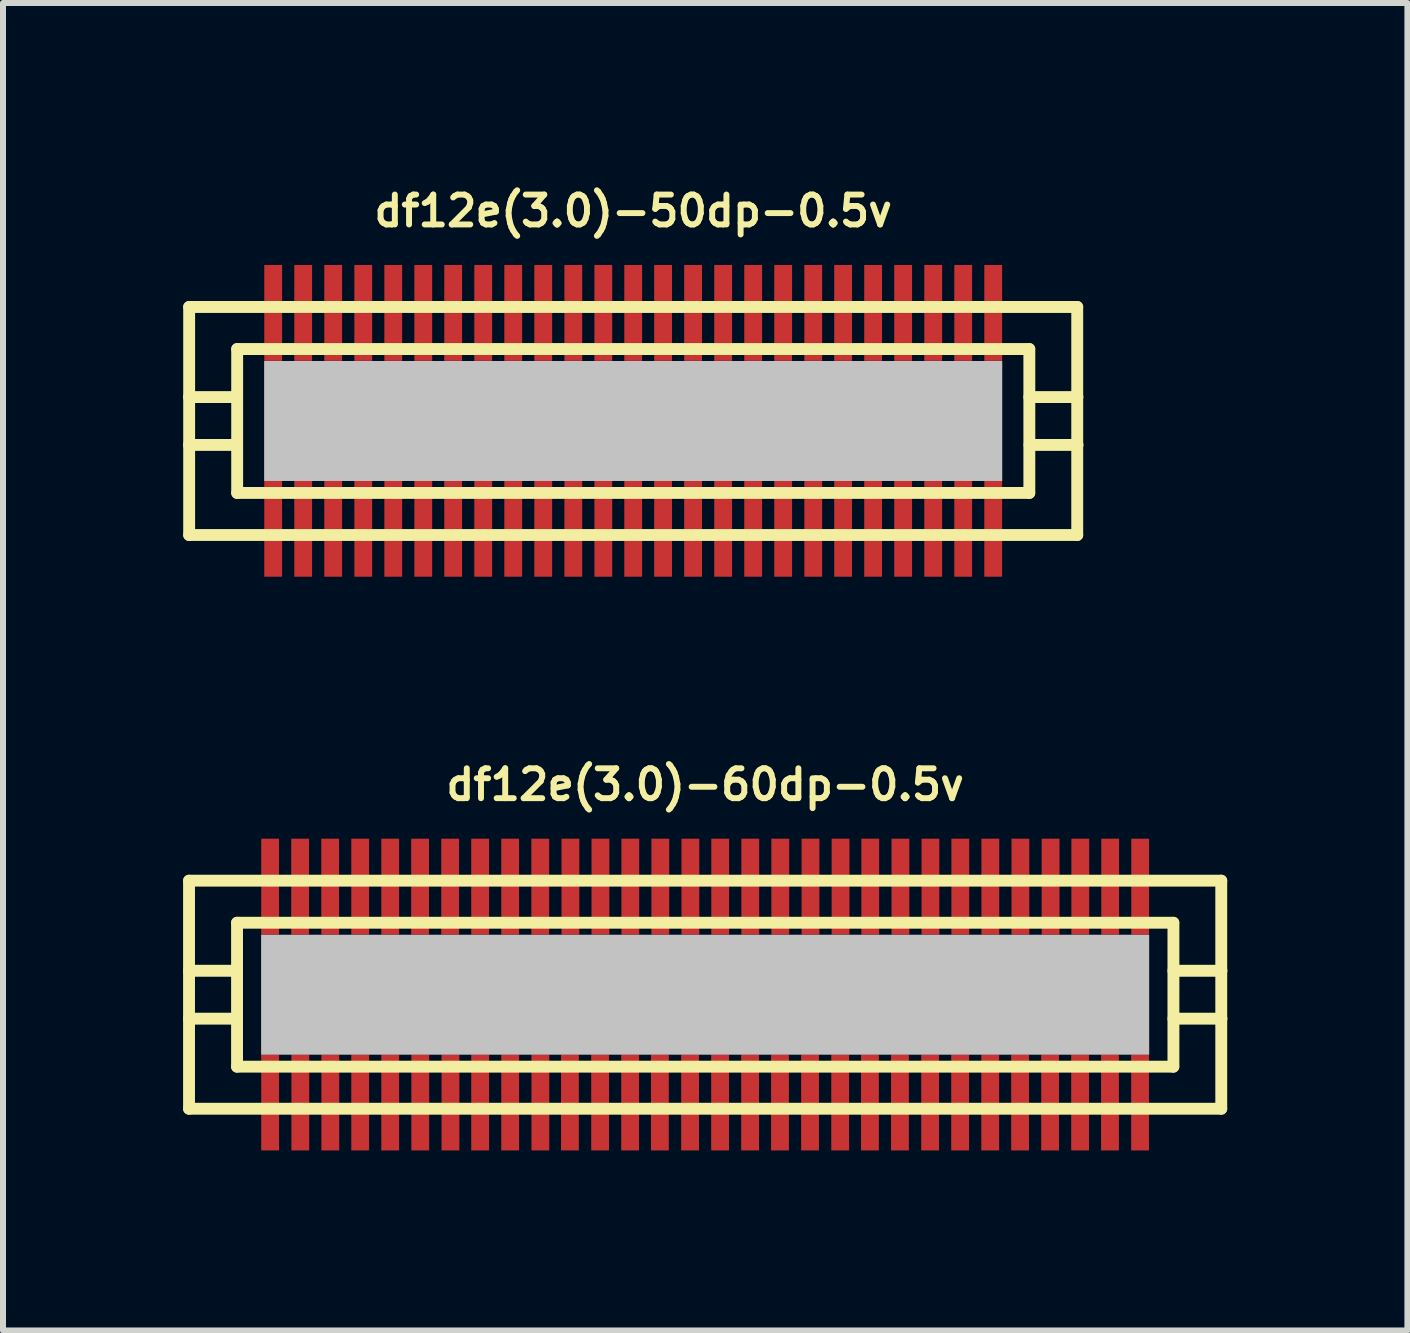
<source format=kicad_pcb>
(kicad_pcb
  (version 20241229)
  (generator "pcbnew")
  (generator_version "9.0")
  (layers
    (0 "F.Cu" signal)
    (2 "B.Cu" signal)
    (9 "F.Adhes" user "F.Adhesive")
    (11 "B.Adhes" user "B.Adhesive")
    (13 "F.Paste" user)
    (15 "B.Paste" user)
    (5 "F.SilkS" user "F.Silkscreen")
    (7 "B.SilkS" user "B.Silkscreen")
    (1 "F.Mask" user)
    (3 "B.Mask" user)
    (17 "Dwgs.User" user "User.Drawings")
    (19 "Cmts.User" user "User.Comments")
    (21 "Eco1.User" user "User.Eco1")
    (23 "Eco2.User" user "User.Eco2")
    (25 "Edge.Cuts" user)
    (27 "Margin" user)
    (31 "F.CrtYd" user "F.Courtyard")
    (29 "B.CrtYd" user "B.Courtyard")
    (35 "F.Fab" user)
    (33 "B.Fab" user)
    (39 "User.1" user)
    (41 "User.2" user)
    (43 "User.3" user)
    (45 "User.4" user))
  (footprint "df12e(3.0)-50dp-0.5v"
    (layer "F.Cu")
    (at 7.501 3.965)
    (property "Reference" "df12e(3.0)-50dp-0.5v" (at 0 -3.5 0) (layer "F.SilkS") (effects (font (size 0.498 0.498) (thickness 0.099))))
    (attr smd)
    (fp_line (start -7.399 -1.9) (end -7.399 1.9) (stroke (width 0.198) (type solid)) (layer "F.SilkS"))
    (fp_line (start -7.399 1.9) (end 7.399 1.9) (stroke (width 0.198) (type solid)) (layer "F.SilkS"))
    (fp_line (start -6.601 -0.399) (end -7.402 -0.399) (stroke (width 0.198) (type solid)) (layer "F.SilkS"))
    (fp_line (start -6.601 0.399) (end -7.402 0.399) (stroke (width 0.198) (type solid)) (layer "F.SilkS"))
    (fp_line (start -6.599 -1.199) (end 6.599 -1.199) (stroke (width 0.198) (type solid)) (layer "F.SilkS"))
    (fp_line (start -6.599 1.199) (end -6.599 -1.199) (stroke (width 0.198) (type solid)) (layer "F.SilkS"))
    (fp_line (start 6.599 1.199) (end -6.599 1.199) (stroke (width 0.198) (type solid)) (layer "F.SilkS"))
    (fp_line (start 6.601 -1.199) (end 6.601 1.199) (stroke (width 0.198) (type solid)) (layer "F.SilkS"))
    (fp_line (start 6.601 -0.399) (end 7.402 -0.399) (stroke (width 0.198) (type solid)) (layer "F.SilkS"))
    (fp_line (start 7.399 -1.9) (end -7.399 -1.9) (stroke (width 0.198) (type solid)) (layer "F.SilkS"))
    (fp_line (start 7.399 1.9) (end 7.399 -1.9) (stroke (width 0.198) (type solid)) (layer "F.SilkS"))
    (fp_line (start 7.404 0.399) (end 6.604 0.399) (stroke (width 0.198) (type solid)) (layer "F.SilkS"))
    (pad "" smd rect (at 0 0) (size 12.299 1.999) (layers "Dwgs.User"))
    (pad "1" smd rect (at 5.999 1.796) (size 0.297 1.598) (layers "F.Cu" "F.Mask" "F.Paste"))
    (pad "2" smd rect (at 5.499 1.796) (size 0.297 1.598) (layers "F.Cu" "F.Mask" "F.Paste"))
    (pad "3" smd rect (at 4.999 1.796) (size 0.297 1.598) (layers "F.Cu" "F.Mask" "F.Paste"))
    (pad "4" smd rect (at 4.498 1.796) (size 0.297 1.598) (layers "F.Cu" "F.Mask" "F.Paste"))
    (pad "5" smd rect (at 3.998 1.796) (size 0.297 1.598) (layers "F.Cu" "F.Mask" "F.Paste"))
    (pad "6" smd rect (at 3.498 1.796) (size 0.297 1.598) (layers "F.Cu" "F.Mask" "F.Paste"))
    (pad "7" smd rect (at 3 1.796) (size 0.297 1.598) (layers "F.Cu" "F.Mask" "F.Paste"))
    (pad "8" smd rect (at 2.499 1.796) (size 0.297 1.598) (layers "F.Cu" "F.Mask" "F.Paste"))
    (pad "9" smd rect (at 1.999 1.796) (size 0.297 1.598) (layers "F.Cu" "F.Mask" "F.Paste"))
    (pad "10" smd rect (at 1.499 1.796) (size 0.297 1.598) (layers "F.Cu" "F.Mask" "F.Paste"))
    (pad "11" smd rect (at 0.998 1.796) (size 0.297 1.598) (layers "F.Cu" "F.Mask" "F.Paste"))
    (pad "12" smd rect (at 0.498 1.796) (size 0.297 1.598) (layers "F.Cu" "F.Mask" "F.Paste"))
    (pad "13" smd rect (at 0 1.796) (size 0.297 1.598) (layers "F.Cu" "F.Mask" "F.Paste"))
    (pad "14" smd rect (at -0.498 1.796) (size 0.297 1.598) (layers "F.Cu" "F.Mask" "F.Paste"))
    (pad "15" smd rect (at -0.998 1.796) (size 0.297 1.598) (layers "F.Cu" "F.Mask" "F.Paste"))
    (pad "16" smd rect (at -1.499 1.796) (size 0.297 1.598) (layers "F.Cu" "F.Mask" "F.Paste"))
    (pad "17" smd rect (at -1.999 1.796) (size 0.297 1.598) (layers "F.Cu" "F.Mask" "F.Paste"))
    (pad "18" smd rect (at -2.499 1.796) (size 0.297 1.598) (layers "F.Cu" "F.Mask" "F.Paste"))
    (pad "19" smd rect (at -3 1.796) (size 0.297 1.598) (layers "F.Cu" "F.Mask" "F.Paste"))
    (pad "20" smd rect (at -3.498 1.796) (size 0.297 1.598) (layers "F.Cu" "F.Mask" "F.Paste"))
    (pad "21" smd rect (at -3.998 1.796) (size 0.297 1.598) (layers "F.Cu" "F.Mask" "F.Paste"))
    (pad "22" smd rect (at -4.498 1.796) (size 0.297 1.598) (layers "F.Cu" "F.Mask" "F.Paste"))
    (pad "23" smd rect (at -4.999 1.796) (size 0.297 1.598) (layers "F.Cu" "F.Mask" "F.Paste"))
    (pad "24" smd rect (at -5.499 1.796) (size 0.297 1.598) (layers "F.Cu" "F.Mask" "F.Paste"))
    (pad "25" smd rect (at -5.999 1.796) (size 0.297 1.598) (layers "F.Cu" "F.Mask" "F.Paste"))
    (pad "26" smd rect (at -5.999 -1.801) (size 0.297 1.598) (layers "F.Cu" "F.Mask" "F.Paste"))
    (pad "27" smd rect (at -5.499 -1.801) (size 0.297 1.598) (layers "F.Cu" "F.Mask" "F.Paste"))
    (pad "28" smd rect (at -4.999 -1.801) (size 0.297 1.598) (layers "F.Cu" "F.Mask" "F.Paste"))
    (pad "29" smd rect (at -4.498 -1.801) (size 0.297 1.598) (layers "F.Cu" "F.Mask" "F.Paste"))
    (pad "30" smd rect (at -3.998 -1.801) (size 0.297 1.598) (layers "F.Cu" "F.Mask" "F.Paste"))
    (pad "31" smd rect (at -3.498 -1.801) (size 0.297 1.598) (layers "F.Cu" "F.Mask" "F.Paste"))
    (pad "32" smd rect (at -3 -1.801) (size 0.297 1.598) (layers "F.Cu" "F.Mask" "F.Paste"))
    (pad "33" smd rect (at -2.499 -1.801) (size 0.297 1.598) (layers "F.Cu" "F.Mask" "F.Paste"))
    (pad "34" smd rect (at -1.999 -1.801) (size 0.297 1.598) (layers "F.Cu" "F.Mask" "F.Paste"))
    (pad "35" smd rect (at -1.499 -1.801) (size 0.297 1.598) (layers "F.Cu" "F.Mask" "F.Paste"))
    (pad "36" smd rect (at -0.998 -1.801) (size 0.297 1.598) (layers "F.Cu" "F.Mask" "F.Paste"))
    (pad "37" smd rect (at -0.498 -1.801) (size 0.297 1.598) (layers "F.Cu" "F.Mask" "F.Paste"))
    (pad "38" smd rect (at 0 -1.801) (size 0.297 1.598) (layers "F.Cu" "F.Mask" "F.Paste"))
    (pad "39" smd rect (at 0.498 -1.801) (size 0.297 1.598) (layers "F.Cu" "F.Mask" "F.Paste"))
    (pad "40" smd rect (at 0.998 -1.801) (size 0.297 1.598) (layers "F.Cu" "F.Mask" "F.Paste"))
    (pad "41" smd rect (at 1.499 -1.801) (size 0.297 1.598) (layers "F.Cu" "F.Mask" "F.Paste"))
    (pad "42" smd rect (at 1.999 -1.801) (size 0.297 1.598) (layers "F.Cu" "F.Mask" "F.Paste"))
    (pad "43" smd rect (at 2.499 -1.801) (size 0.297 1.598) (layers "F.Cu" "F.Mask" "F.Paste"))
    (pad "44" smd rect (at 3 -1.801) (size 0.297 1.598) (layers "F.Cu" "F.Mask" "F.Paste"))
    (pad "45" smd rect (at 3.498 -1.801) (size 0.297 1.598) (layers "F.Cu" "F.Mask" "F.Paste"))
    (pad "46" smd rect (at 3.998 -1.801) (size 0.297 1.598) (layers "F.Cu" "F.Mask" "F.Paste"))
    (pad "47" smd rect (at 4.498 -1.801) (size 0.297 1.598) (layers "F.Cu" "F.Mask" "F.Paste"))
    (pad "48" smd rect (at 4.999 -1.801) (size 0.297 1.598) (layers "F.Cu" "F.Mask" "F.Paste"))
    (pad "49" smd rect (at 5.499 -1.801) (size 0.297 1.598) (layers "F.Cu" "F.Mask" "F.Paste"))
    (pad "50" smd rect (at 5.999 -1.801) (size 0.297 1.598) (layers "F.Cu" "F.Mask" "F.Paste")))
  (footprint "df12e(3.0)-60dp-0.5v"
    (layer "F.Cu")
    (at 8.7 13.525)
    (property "Reference" "df12e(3.0)-60dp-0.5v" (at 0 -3.5 0) (layer "F.SilkS") (effects (font (size 0.498 0.498) (thickness 0.099))))
    (attr smd)
    (fp_line (start -8.6 -1.9) (end -8.6 1.9) (stroke (width 0.198) (type solid)) (layer "F.SilkS"))
    (fp_line (start -8.6 1.9) (end 8.6 1.9) (stroke (width 0.198) (type solid)) (layer "F.SilkS"))
    (fp_line (start -7.8 -1.199) (end 7.8 -1.199) (stroke (width 0.198) (type solid)) (layer "F.SilkS"))
    (fp_line (start -7.8 -0.399) (end -8.6 -0.399) (stroke (width 0.198) (type solid)) (layer "F.SilkS"))
    (fp_line (start -7.8 0.399) (end -8.6 0.399) (stroke (width 0.198) (type solid)) (layer "F.SilkS"))
    (fp_line (start -7.8 1.199) (end -7.8 -1.199) (stroke (width 0.198) (type solid)) (layer "F.SilkS"))
    (fp_line (start 7.8 1.199) (end -7.8 1.199) (stroke (width 0.198) (type solid)) (layer "F.SilkS"))
    (fp_line (start 7.803 -1.199) (end 7.803 1.199) (stroke (width 0.198) (type solid)) (layer "F.SilkS"))
    (fp_line (start 7.803 -0.399) (end 8.603 -0.399) (stroke (width 0.198) (type solid)) (layer "F.SilkS"))
    (fp_line (start 8.6 -1.9) (end -8.6 -1.9) (stroke (width 0.198) (type solid)) (layer "F.SilkS"))
    (fp_line (start 8.6 1.9) (end 8.6 -1.9) (stroke (width 0.198) (type solid)) (layer "F.SilkS"))
    (fp_line (start 8.603 0.399) (end 7.803 0.399) (stroke (width 0.198) (type solid)) (layer "F.SilkS"))
    (pad "" smd rect (at 0 0) (size 14.798 1.999) (layers "Dwgs.User"))
    (pad "1" smd rect (at 7.247 1.796) (size 0.297 1.598) (layers "F.Cu" "F.Mask" "F.Paste"))
    (pad "2" smd rect (at 6.746 1.796) (size 0.297 1.598) (layers "F.Cu" "F.Mask" "F.Paste"))
    (pad "3" smd rect (at 6.248 1.796) (size 0.297 1.598) (layers "F.Cu" "F.Mask" "F.Paste"))
    (pad "4" smd rect (at 5.748 1.796) (size 0.297 1.598) (layers "F.Cu" "F.Mask" "F.Paste"))
    (pad "5" smd rect (at 5.248 1.796) (size 0.297 1.598) (layers "F.Cu" "F.Mask" "F.Paste"))
    (pad "6" smd rect (at 4.75 1.796) (size 0.297 1.598) (layers "F.Cu" "F.Mask" "F.Paste"))
    (pad "7" smd rect (at 4.249 1.796) (size 0.297 1.598) (layers "F.Cu" "F.Mask" "F.Paste"))
    (pad "8" smd rect (at 3.749 1.796) (size 0.297 1.598) (layers "F.Cu" "F.Mask" "F.Paste"))
    (pad "9" smd rect (at 3.246 1.796) (size 0.297 1.598) (layers "F.Cu" "F.Mask" "F.Paste"))
    (pad "10" smd rect (at 2.746 1.796) (size 0.297 1.598) (layers "F.Cu" "F.Mask" "F.Paste"))
    (pad "11" smd rect (at 2.25 1.796) (size 0.297 1.598) (layers "F.Cu" "F.Mask" "F.Paste"))
    (pad "12" smd rect (at 1.748 1.796) (size 0.297 1.598) (layers "F.Cu" "F.Mask" "F.Paste"))
    (pad "13" smd rect (at 1.247 1.796) (size 0.297 1.598) (layers "F.Cu" "F.Mask" "F.Paste"))
    (pad "14" smd rect (at 0.749 1.796) (size 0.297 1.598) (layers "F.Cu" "F.Mask" "F.Paste"))
    (pad "15" smd rect (at 0.249 1.796) (size 0.297 1.598) (layers "F.Cu" "F.Mask" "F.Paste"))
    (pad "16" smd rect (at -0.251 1.796) (size 0.297 1.598) (layers "F.Cu" "F.Mask" "F.Paste"))
    (pad "17" smd rect (at -0.754 1.796) (size 0.297 1.598) (layers "F.Cu" "F.Mask" "F.Paste"))
    (pad "18" smd rect (at -1.25 1.796) (size 0.297 1.598) (layers "F.Cu" "F.Mask" "F.Paste"))
    (pad "19" smd rect (at -1.75 1.796) (size 0.297 1.598) (layers "F.Cu" "F.Mask" "F.Paste"))
    (pad "20" smd rect (at -2.253 1.796) (size 0.297 1.598) (layers "F.Cu" "F.Mask" "F.Paste"))
    (pad "21" smd rect (at -2.746 1.796) (size 0.297 1.598) (layers "F.Cu" "F.Mask" "F.Paste"))
    (pad "22" smd rect (at -3.249 1.796) (size 0.297 1.598) (layers "F.Cu" "F.Mask" "F.Paste"))
    (pad "23" smd rect (at -3.749 1.796) (size 0.297 1.598) (layers "F.Cu" "F.Mask" "F.Paste"))
    (pad "24" smd rect (at -4.244 1.796) (size 0.297 1.598) (layers "F.Cu" "F.Mask" "F.Paste"))
    (pad "25" smd rect (at -4.747 1.796) (size 0.297 1.598) (layers "F.Cu" "F.Mask" "F.Paste"))
    (pad "26" smd rect (at -5.248 1.796) (size 0.297 1.598) (layers "F.Cu" "F.Mask" "F.Paste"))
    (pad "27" smd rect (at -5.748 1.796) (size 0.297 1.598) (layers "F.Cu" "F.Mask" "F.Paste"))
    (pad "28" smd rect (at -6.246 1.796) (size 0.297 1.598) (layers "F.Cu" "F.Mask" "F.Paste"))
    (pad "29" smd rect (at -6.746 1.796) (size 0.297 1.598) (layers "F.Cu" "F.Mask" "F.Paste"))
    (pad "30" smd rect (at -7.249 1.796) (size 0.297 1.598) (layers "F.Cu" "F.Mask" "F.Paste"))
    (pad "31" smd rect (at -7.249 -1.801) (size 0.297 1.598) (layers "F.Cu" "F.Mask" "F.Paste"))
    (pad "32" smd rect (at -6.749 -1.801) (size 0.297 1.598) (layers "F.Cu" "F.Mask" "F.Paste"))
    (pad "33" smd rect (at -6.248 -1.801) (size 0.297 1.598) (layers "F.Cu" "F.Mask" "F.Paste"))
    (pad "34" smd rect (at -5.748 -1.801) (size 0.297 1.598) (layers "F.Cu" "F.Mask" "F.Paste"))
    (pad "35" smd rect (at -5.248 -1.801) (size 0.297 1.598) (layers "F.Cu" "F.Mask" "F.Paste"))
    (pad "36" smd rect (at -4.75 -1.801) (size 0.297 1.598) (layers "F.Cu" "F.Mask" "F.Paste"))
    (pad "37" smd rect (at -4.249 -1.801) (size 0.297 1.598) (layers "F.Cu" "F.Mask" "F.Paste"))
    (pad "38" smd rect (at -3.749 -1.801) (size 0.297 1.598) (layers "F.Cu" "F.Mask" "F.Paste"))
    (pad "39" smd rect (at -3.249 -1.801) (size 0.297 1.598) (layers "F.Cu" "F.Mask" "F.Paste"))
    (pad "40" smd rect (at -2.748 -1.801) (size 0.297 1.598) (layers "F.Cu" "F.Mask" "F.Paste"))
    (pad "41" smd rect (at -2.245 -1.801) (size 0.297 1.598) (layers "F.Cu" "F.Mask" "F.Paste"))
    (pad "42" smd rect (at -1.745 -1.801) (size 0.297 1.598) (layers "F.Cu" "F.Mask" "F.Paste"))
    (pad "43" smd rect (at -1.247 -1.801) (size 0.297 1.598) (layers "F.Cu" "F.Mask" "F.Paste"))
    (pad "44" smd rect (at -0.747 -1.801) (size 0.297 1.598) (layers "F.Cu" "F.Mask" "F.Paste"))
    (pad "45" smd rect (at -0.246 -1.801) (size 0.297 1.598) (layers "F.Cu" "F.Mask" "F.Paste"))
    (pad "46" smd rect (at 0.251 -1.801) (size 0.297 1.598) (layers "F.Cu" "F.Mask" "F.Paste"))
    (pad "47" smd rect (at 0.752 -1.801) (size 0.297 1.598) (layers "F.Cu" "F.Mask" "F.Paste"))
    (pad "48" smd rect (at 1.252 -1.801) (size 0.297 1.598) (layers "F.Cu" "F.Mask" "F.Paste"))
    (pad "49" smd rect (at 1.755 -1.801) (size 0.297 1.598) (layers "F.Cu" "F.Mask" "F.Paste"))
    (pad "50" smd rect (at 2.256 -1.801) (size 0.297 1.598) (layers "F.Cu" "F.Mask" "F.Paste"))
    (pad "51" smd rect (at 2.751 -1.801) (size 0.297 1.598) (layers "F.Cu" "F.Mask" "F.Paste"))
    (pad "52" smd rect (at 3.254 -1.801) (size 0.297 1.598) (layers "F.Cu" "F.Mask" "F.Paste"))
    (pad "53" smd rect (at 3.754 -1.801) (size 0.297 1.598) (layers "F.Cu" "F.Mask" "F.Paste"))
    (pad "54" smd rect (at 4.252 -1.801) (size 0.297 1.598) (layers "F.Cu" "F.Mask" "F.Paste"))
    (pad "55" smd rect (at 4.752 -1.801) (size 0.297 1.598) (layers "F.Cu" "F.Mask" "F.Paste"))
    (pad "56" smd rect (at 5.253 -1.801) (size 0.297 1.598) (layers "F.Cu" "F.Mask" "F.Paste"))
    (pad "57" smd rect (at 5.756 -1.801) (size 0.297 1.598) (layers "F.Cu" "F.Mask" "F.Paste"))
    (pad "58" smd rect (at 6.251 -1.801) (size 0.297 1.598) (layers "F.Cu" "F.Mask" "F.Paste"))
    (pad "59" smd rect (at 6.749 -1.801) (size 0.297 1.598) (layers "F.Cu" "F.Mask" "F.Paste"))
    (pad "60" smd rect (at 7.249 -1.801) (size 0.297 1.598) (layers "F.Cu" "F.Mask" "F.Paste")))
  (gr_rect
    (start -3 -3)
    (end 20.402 19.12)
    (stroke (width 0.1) (type default))
    (fill no)
    (layer "Edge.Cuts")))
</source>
